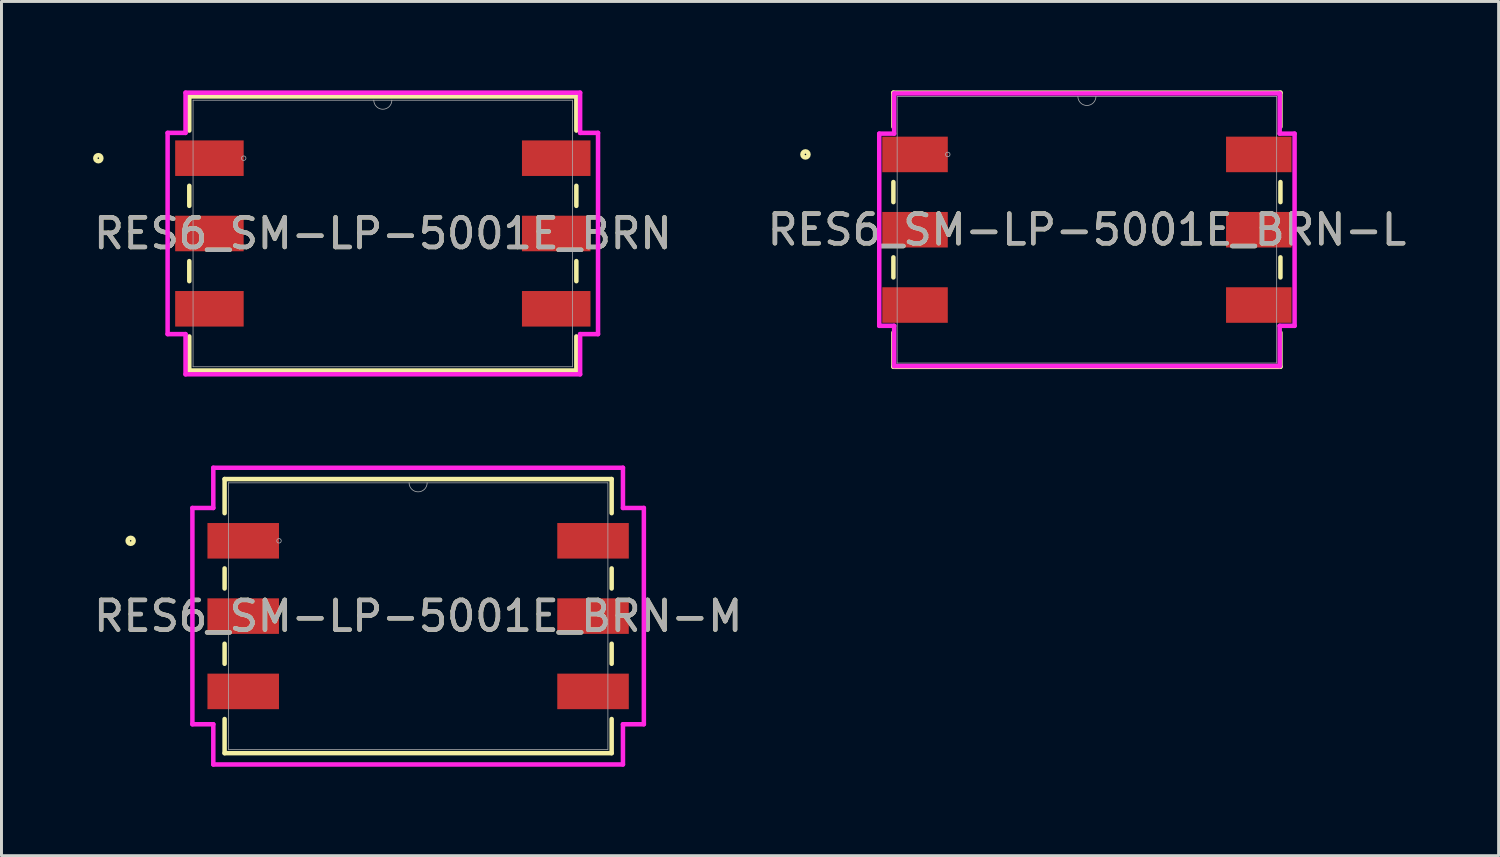
<source format=kicad_pcb>
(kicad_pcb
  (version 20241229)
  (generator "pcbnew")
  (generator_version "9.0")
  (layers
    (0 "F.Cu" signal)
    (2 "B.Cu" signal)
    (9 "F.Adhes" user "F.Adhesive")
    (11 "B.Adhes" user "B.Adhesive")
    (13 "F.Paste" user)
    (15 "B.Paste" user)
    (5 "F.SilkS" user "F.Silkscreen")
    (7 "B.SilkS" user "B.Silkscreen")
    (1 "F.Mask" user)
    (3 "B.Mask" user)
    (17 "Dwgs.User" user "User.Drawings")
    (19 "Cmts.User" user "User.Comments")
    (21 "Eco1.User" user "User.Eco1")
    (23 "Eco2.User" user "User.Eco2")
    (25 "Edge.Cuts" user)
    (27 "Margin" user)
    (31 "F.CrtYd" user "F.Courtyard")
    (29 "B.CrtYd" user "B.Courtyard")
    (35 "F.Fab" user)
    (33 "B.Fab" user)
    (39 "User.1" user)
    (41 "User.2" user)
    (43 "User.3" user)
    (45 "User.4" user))
  (footprint "RES6_SM-LP-5001E_BRN-L"
    (layer "F.Cu")
    (at 33.613 4.699)
    (property "Reference" "RES6_SM-LP-5001E_BRN-L" (at 0 0 0) (unlocked yes) (layer "F.SilkS") (effects (font (size 1 1) (thickness 0.15))))
    (attr smd)
    (fp_line (start -6.528 -4.623) (end -6.528 -3.472) (stroke (width 0.152) (type solid)) (layer "F.SilkS"))
    (fp_line (start -6.528 -1.608) (end -6.528 -0.932) (stroke (width 0.152) (type solid)) (layer "F.SilkS"))
    (fp_line (start -6.528 0.932) (end -6.528 1.608) (stroke (width 0.152) (type solid)) (layer "F.SilkS"))
    (fp_line (start -6.528 3.472) (end -6.528 4.623) (stroke (width 0.152) (type solid)) (layer "F.SilkS"))
    (fp_line (start -6.528 4.623) (end 6.528 4.623) (stroke (width 0.152) (type solid)) (layer "F.SilkS"))
    (fp_line (start 6.528 -4.623) (end -6.528 -4.623) (stroke (width 0.152) (type solid)) (layer "F.SilkS"))
    (fp_line (start 6.528 -3.472) (end 6.528 -4.623) (stroke (width 0.152) (type solid)) (layer "F.SilkS"))
    (fp_line (start 6.528 -0.932) (end 6.528 -1.608) (stroke (width 0.152) (type solid)) (layer "F.SilkS"))
    (fp_line (start 6.528 1.608) (end 6.528 0.932) (stroke (width 0.152) (type solid)) (layer "F.SilkS"))
    (fp_line (start 6.528 4.623) (end 6.528 3.472) (stroke (width 0.152) (type solid)) (layer "F.SilkS"))
    (fp_circle (center -9.494 -2.54) (end -9.392 -2.54) (stroke (width 0.152) (type solid)) (fill no) (layer "F.SilkS"))
    (fp_line (start -7.005 -3.241) (end -6.502 -3.241) (stroke (width 0.152) (type solid)) (layer "F.CrtYd"))
    (fp_line (start -7.005 3.241) (end -7.005 -3.241) (stroke (width 0.152) (type solid)) (layer "F.CrtYd"))
    (fp_line (start -7.005 3.241) (end -6.502 3.241) (stroke (width 0.152) (type solid)) (layer "F.CrtYd"))
    (fp_line (start -6.502 -4.597) (end 6.502 -4.597) (stroke (width 0.152) (type solid)) (layer "F.CrtYd"))
    (fp_line (start -6.502 -3.241) (end -6.502 -4.597) (stroke (width 0.152) (type solid)) (layer "F.CrtYd"))
    (fp_line (start -6.502 4.597) (end -6.502 3.241) (stroke (width 0.152) (type solid)) (layer "F.CrtYd"))
    (fp_line (start 6.502 -4.597) (end 6.502 -3.241) (stroke (width 0.152) (type solid)) (layer "F.CrtYd"))
    (fp_line (start 6.502 3.241) (end 6.502 4.597) (stroke (width 0.152) (type solid)) (layer "F.CrtYd"))
    (fp_line (start 6.502 4.597) (end -6.502 4.597) (stroke (width 0.152) (type solid)) (layer "F.CrtYd"))
    (fp_line (start 7.005 -3.241) (end 6.502 -3.241) (stroke (width 0.152) (type solid)) (layer "F.CrtYd"))
    (fp_line (start 7.005 -3.241) (end 7.005 3.241) (stroke (width 0.152) (type solid)) (layer "F.CrtYd"))
    (fp_line (start 7.005 3.241) (end 6.502 3.241) (stroke (width 0.152) (type solid)) (layer "F.CrtYd"))
    (fp_line (start -6.401 -4.496) (end -6.401 4.496) (stroke (width 0.025) (type solid)) (layer "F.Fab"))
    (fp_line (start -6.401 4.496) (end 6.401 4.496) (stroke (width 0.025) (type solid)) (layer "F.Fab"))
    (fp_line (start 6.401 -4.496) (end -6.401 -4.496) (stroke (width 0.025) (type solid)) (layer "F.Fab"))
    (fp_line (start 6.401 4.496) (end 6.401 -4.496) (stroke (width 0.025) (type solid)) (layer "F.Fab"))
    (fp_arc (start 0.3048 -4.4958) (mid 0 -4.191) (end -0.3048 -4.4958) (stroke (width 0.0254) (type solid)) (layer "F.Fab"))
    (fp_circle (center -4.693 -2.54) (end -4.617 -2.54) (stroke (width 0.025) (type solid)) (fill no) (layer "F.Fab"))
    (fp_text user "${REFERENCE}" (at 0 0 0) (unlocked yes) (layer "F.Fab") (effects (font (size 1 1) (thickness 0.15))))
    (pad "1" smd rect (at -5.798 -2.54) (size 2.21 1.199) (layers "F.Cu" "F.Mask" "F.Paste"))
    (pad "2" smd rect (at -5.798 0) (size 2.21 1.199) (layers "F.Cu" "F.Mask" "F.Paste"))
    (pad "3" smd rect (at -5.798 2.54) (size 2.21 1.199) (layers "F.Cu" "F.Mask" "F.Paste"))
    (pad "4" smd rect (at 5.798 2.54) (size 2.21 1.199) (layers "F.Cu" "F.Mask" "F.Paste"))
    (pad "5" smd rect (at 5.798 0) (size 2.21 1.199) (layers "F.Cu" "F.Mask" "F.Paste"))
    (pad "6" smd rect (at 5.798 -2.54) (size 2.21 1.199) (layers "F.Cu" "F.Mask" "F.Paste")))
  (footprint "RES6_SM-LP-5001E_BRN"
    (layer "F.Cu")
    (at 9.863 4.826)
    (property "Reference" "RES6_SM-LP-5001E_BRN" (at 0 0 0) (unlocked yes) (layer "F.SilkS") (effects (font (size 1 1) (thickness 0.15))))
    (attr smd)
    (fp_line (start -6.528 -4.623) (end -6.528 -3.472) (stroke (width 0.152) (type solid)) (layer "F.SilkS"))
    (fp_line (start -6.528 -1.608) (end -6.528 -0.932) (stroke (width 0.152) (type solid)) (layer "F.SilkS"))
    (fp_line (start -6.528 0.932) (end -6.528 1.608) (stroke (width 0.152) (type solid)) (layer "F.SilkS"))
    (fp_line (start -6.528 3.472) (end -6.528 4.623) (stroke (width 0.152) (type solid)) (layer "F.SilkS"))
    (fp_line (start -6.528 4.623) (end 6.528 4.623) (stroke (width 0.152) (type solid)) (layer "F.SilkS"))
    (fp_line (start 6.528 -4.623) (end -6.528 -4.623) (stroke (width 0.152) (type solid)) (layer "F.SilkS"))
    (fp_line (start 6.528 -3.472) (end 6.528 -4.623) (stroke (width 0.152) (type solid)) (layer "F.SilkS"))
    (fp_line (start 6.528 -0.932) (end 6.528 -1.608) (stroke (width 0.152) (type solid)) (layer "F.SilkS"))
    (fp_line (start 6.528 1.608) (end 6.528 0.932) (stroke (width 0.152) (type solid)) (layer "F.SilkS"))
    (fp_line (start 6.528 4.623) (end 6.528 3.472) (stroke (width 0.152) (type solid)) (layer "F.SilkS"))
    (fp_circle (center -9.596 -2.54) (end -9.494 -2.54) (stroke (width 0.152) (type solid)) (fill no) (layer "F.SilkS"))
    (fp_line (start -7.259 -3.394) (end -6.655 -3.394) (stroke (width 0.152) (type solid)) (layer "F.CrtYd"))
    (fp_line (start -7.259 3.394) (end -7.259 -3.394) (stroke (width 0.152) (type solid)) (layer "F.CrtYd"))
    (fp_line (start -7.259 3.394) (end -6.655 3.394) (stroke (width 0.152) (type solid)) (layer "F.CrtYd"))
    (fp_line (start -6.655 -4.75) (end 6.655 -4.75) (stroke (width 0.152) (type solid)) (layer "F.CrtYd"))
    (fp_line (start -6.655 -3.394) (end -6.655 -4.75) (stroke (width 0.152) (type solid)) (layer "F.CrtYd"))
    (fp_line (start -6.655 4.75) (end -6.655 3.394) (stroke (width 0.152) (type solid)) (layer "F.CrtYd"))
    (fp_line (start 6.655 -4.75) (end 6.655 -3.394) (stroke (width 0.152) (type solid)) (layer "F.CrtYd"))
    (fp_line (start 6.655 3.394) (end 6.655 4.75) (stroke (width 0.152) (type solid)) (layer "F.CrtYd"))
    (fp_line (start 6.655 4.75) (end -6.655 4.75) (stroke (width 0.152) (type solid)) (layer "F.CrtYd"))
    (fp_line (start 7.259 -3.394) (end 6.655 -3.394) (stroke (width 0.152) (type solid)) (layer "F.CrtYd"))
    (fp_line (start 7.259 -3.394) (end 7.259 3.394) (stroke (width 0.152) (type solid)) (layer "F.CrtYd"))
    (fp_line (start 7.259 3.394) (end 6.655 3.394) (stroke (width 0.152) (type solid)) (layer "F.CrtYd"))
    (fp_line (start -6.401 -4.496) (end -6.401 4.496) (stroke (width 0.025) (type solid)) (layer "F.Fab"))
    (fp_line (start -6.401 4.496) (end 6.401 4.496) (stroke (width 0.025) (type solid)) (layer "F.Fab"))
    (fp_line (start 6.401 -4.496) (end -6.401 -4.496) (stroke (width 0.025) (type solid)) (layer "F.Fab"))
    (fp_line (start 6.401 4.496) (end 6.401 -4.496) (stroke (width 0.025) (type solid)) (layer "F.Fab"))
    (fp_arc (start 0.3048 -4.4958) (mid 0 -4.191) (end -0.3048 -4.4958) (stroke (width 0.0254) (type solid)) (layer "F.Fab"))
    (fp_circle (center -4.693 -2.54) (end -4.617 -2.54) (stroke (width 0.025) (type solid)) (fill no) (layer "F.Fab"))
    (fp_text user "${REFERENCE}" (at 0 0 0) (unlocked yes) (layer "F.Fab") (effects (font (size 1 1) (thickness 0.15))))
    (pad "1" smd rect (at -5.849 -2.54) (size 2.311 1.199) (layers "F.Cu" "F.Mask" "F.Paste"))
    (pad "2" smd rect (at -5.849 0) (size 2.311 1.199) (layers "F.Cu" "F.Mask" "F.Paste"))
    (pad "3" smd rect (at -5.849 2.54) (size 2.311 1.199) (layers "F.Cu" "F.Mask" "F.Paste"))
    (pad "4" smd rect (at 5.849 2.54) (size 2.311 1.199) (layers "F.Cu" "F.Mask" "F.Paste"))
    (pad "5" smd rect (at 5.849 0) (size 2.311 1.199) (layers "F.Cu" "F.Mask" "F.Paste"))
    (pad "6" smd rect (at 5.849 -2.54) (size 2.311 1.199) (layers "F.Cu" "F.Mask" "F.Paste")))
  (footprint "RES6_SM-LP-5001E_BRN-M"
    (layer "F.Cu")
    (at 11.054 17.732)
    (property "Reference" "RES6_SM-LP-5001E_BRN-M" (at 0 0 0) (unlocked yes) (layer "F.SilkS") (effects (font (size 1 1) (thickness 0.15))))
    (attr smd)
    (fp_line (start -6.528 -4.623) (end -6.528 -3.472) (stroke (width 0.152) (type solid)) (layer "F.SilkS"))
    (fp_line (start -6.528 -1.608) (end -6.528 -0.932) (stroke (width 0.152) (type solid)) (layer "F.SilkS"))
    (fp_line (start -6.528 0.932) (end -6.528 1.608) (stroke (width 0.152) (type solid)) (layer "F.SilkS"))
    (fp_line (start -6.528 3.472) (end -6.528 4.623) (stroke (width 0.152) (type solid)) (layer "F.SilkS"))
    (fp_line (start -6.528 4.623) (end 6.528 4.623) (stroke (width 0.152) (type solid)) (layer "F.SilkS"))
    (fp_line (start 6.528 -4.623) (end -6.528 -4.623) (stroke (width 0.152) (type solid)) (layer "F.SilkS"))
    (fp_line (start 6.528 -3.472) (end 6.528 -4.623) (stroke (width 0.152) (type solid)) (layer "F.SilkS"))
    (fp_line (start 6.528 -0.932) (end 6.528 -1.608) (stroke (width 0.152) (type solid)) (layer "F.SilkS"))
    (fp_line (start 6.528 1.608) (end 6.528 0.932) (stroke (width 0.152) (type solid)) (layer "F.SilkS"))
    (fp_line (start 6.528 4.623) (end 6.528 3.472) (stroke (width 0.152) (type solid)) (layer "F.SilkS"))
    (fp_circle (center -9.697 -2.54) (end -9.596 -2.54) (stroke (width 0.152) (type solid)) (fill no) (layer "F.SilkS"))
    (fp_line (start -7.614 -3.648) (end -6.909 -3.648) (stroke (width 0.152) (type solid)) (layer "F.CrtYd"))
    (fp_line (start -7.614 3.648) (end -7.614 -3.648) (stroke (width 0.152) (type solid)) (layer "F.CrtYd"))
    (fp_line (start -7.614 3.648) (end -6.909 3.648) (stroke (width 0.152) (type solid)) (layer "F.CrtYd"))
    (fp_line (start -6.909 -5.004) (end 6.909 -5.004) (stroke (width 0.152) (type solid)) (layer "F.CrtYd"))
    (fp_line (start -6.909 -3.648) (end -6.909 -5.004) (stroke (width 0.152) (type solid)) (layer "F.CrtYd"))
    (fp_line (start -6.909 5.004) (end -6.909 3.648) (stroke (width 0.152) (type solid)) (layer "F.CrtYd"))
    (fp_line (start 6.909 -5.004) (end 6.909 -3.648) (stroke (width 0.152) (type solid)) (layer "F.CrtYd"))
    (fp_line (start 6.909 3.648) (end 6.909 5.004) (stroke (width 0.152) (type solid)) (layer "F.CrtYd"))
    (fp_line (start 6.909 5.004) (end -6.909 5.004) (stroke (width 0.152) (type solid)) (layer "F.CrtYd"))
    (fp_line (start 7.614 -3.648) (end 6.909 -3.648) (stroke (width 0.152) (type solid)) (layer "F.CrtYd"))
    (fp_line (start 7.614 -3.648) (end 7.614 3.648) (stroke (width 0.152) (type solid)) (layer "F.CrtYd"))
    (fp_line (start 7.614 3.648) (end 6.909 3.648) (stroke (width 0.152) (type solid)) (layer "F.CrtYd"))
    (fp_line (start -6.401 -4.496) (end -6.401 4.496) (stroke (width 0.025) (type solid)) (layer "F.Fab"))
    (fp_line (start -6.401 4.496) (end 6.401 4.496) (stroke (width 0.025) (type solid)) (layer "F.Fab"))
    (fp_line (start 6.401 -4.496) (end -6.401 -4.496) (stroke (width 0.025) (type solid)) (layer "F.Fab"))
    (fp_line (start 6.401 4.496) (end 6.401 -4.496) (stroke (width 0.025) (type solid)) (layer "F.Fab"))
    (fp_arc (start 0.3048 -4.4958) (mid 0 -4.191) (end -0.3048 -4.4958) (stroke (width 0.0254) (type solid)) (layer "F.Fab"))
    (fp_circle (center -4.693 -2.54) (end -4.617 -2.54) (stroke (width 0.025) (type solid)) (fill no) (layer "F.Fab"))
    (fp_text user "${REFERENCE}" (at 0 0 0) (unlocked yes) (layer "F.Fab") (effects (font (size 1 1) (thickness 0.15))))
    (pad "1" smd rect (at -5.9 -2.54) (size 2.413 1.199) (layers "F.Cu" "F.Mask" "F.Paste"))
    (pad "2" smd rect (at -5.9 0) (size 2.413 1.199) (layers "F.Cu" "F.Mask" "F.Paste"))
    (pad "3" smd rect (at -5.9 2.54) (size 2.413 1.199) (layers "F.Cu" "F.Mask" "F.Paste"))
    (pad "4" smd rect (at 5.9 2.54) (size 2.413 1.199) (layers "F.Cu" "F.Mask" "F.Paste"))
    (pad "5" smd rect (at 5.9 0) (size 2.413 1.199) (layers "F.Cu" "F.Mask" "F.Paste"))
    (pad "6" smd rect (at 5.9 -2.54) (size 2.413 1.199) (layers "F.Cu" "F.Mask" "F.Paste")))
  (gr_rect
    (start -3 -3)
    (end 47.5 25.812)
    (stroke (width 0.1) (type default))
    (fill no)
    (layer "Edge.Cuts")))
</source>
